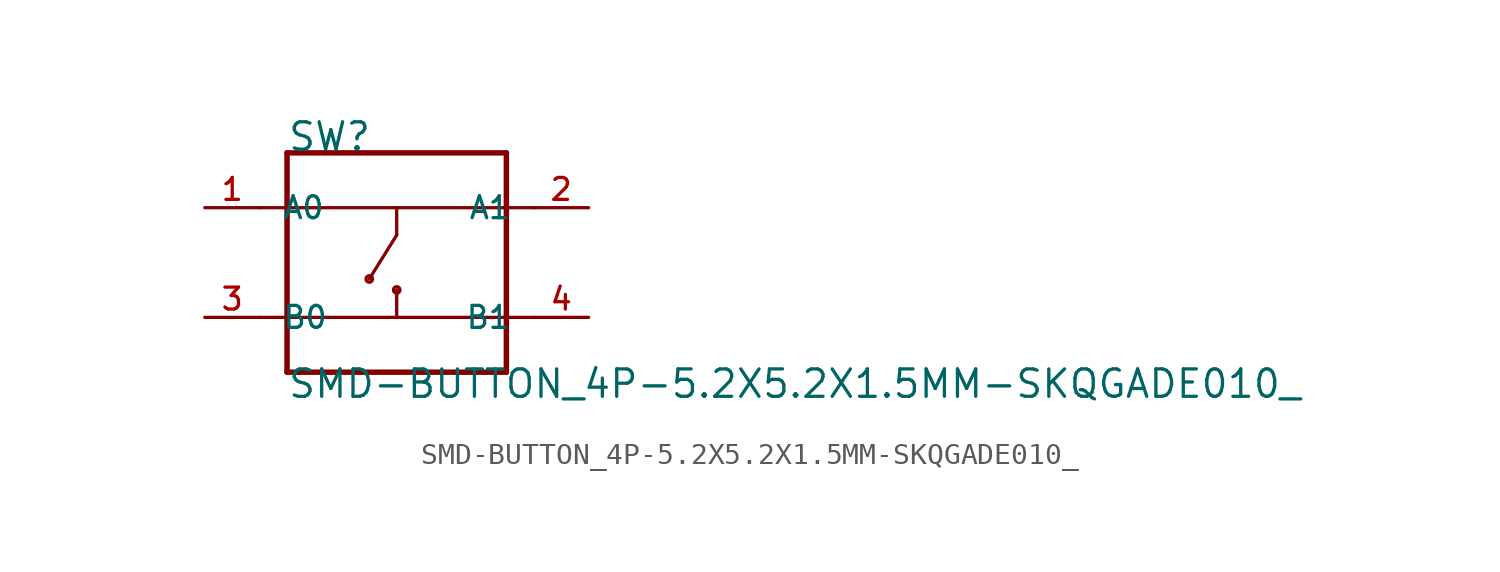
<source format=kicad_sym>
(kicad_symbol_lib
  (version 20231120)
  (generator "kicad_symbol_editor")
  (generator_version "8.0")
  (symbol "SMD-BUTTON_4P-5.2X5.2X1.5MM-SKQGADE010_"
    (pin_names
      (offset 1.016))
    (property "Reference" "SW"
      (at -5.086 5.086 0)
      (effects (font (size 1.27 1.27)) (justify left bottom)))
    (property "Value" "SMD-BUTTON_4P-5.2X5.2X1.5MM-SKQGADE010_"
      (at -5.088 -6.361 0)
      (effects (font (size 1.27 1.27)) (justify left bottom)))
    (symbol "SMD-BUTTON_4P-5.2X5.2X1.5MM-SKQGADE010__0_0"
      (circle (center -1.27 -0.762) (radius 0.152) (stroke (width 0) (type default)) (fill (type none)))
      (circle (center 0 -1.27) (radius 0.152) (stroke (width 0) (type default)) (fill (type none)))
      (polyline (pts (xy -6.35 -2.54) (xy -5.08 -2.54)) (stroke (width 0.152) (type default)) (fill (type none)))
      (polyline (pts (xy -6.35 2.54) (xy -5.08 2.54)) (stroke (width 0.152) (type default)) (fill (type none)))
      (polyline (pts (xy -5.08 -5.08) (xy -5.08 -2.54)) (stroke (width 0.254) (type default)) (fill (type none)))
      (polyline (pts (xy -5.08 -2.54) (xy -5.08 2.54)) (stroke (width 0.254) (type default)) (fill (type none)))
      (polyline (pts (xy -5.08 2.54) (xy -5.08 5.08)) (stroke (width 0.254) (type default)) (fill (type none)))
      (polyline (pts (xy -5.08 2.54) (xy 0 2.54)) (stroke (width 0.152) (type default)) (fill (type none)))
      (polyline (pts (xy -5.08 5.08) (xy 5.08 5.08)) (stroke (width 0.254) (type default)) (fill (type none)))
      (polyline (pts (xy 0 -2.54) (xy -5.08 -2.54)) (stroke (width 0.152) (type default)) (fill (type none)))
      (polyline (pts (xy 0 -2.54) (xy 5.08 -2.54)) (stroke (width 0.152) (type default)) (fill (type none)))
      (polyline (pts (xy 0 -1.27) (xy 0 -2.54)) (stroke (width 0.152) (type default)) (fill (type none)))
      (polyline (pts (xy 0 1.27) (xy -1.27 -0.762)) (stroke (width 0.152) (type default)) (fill (type none)))
      (polyline (pts (xy 0 2.54) (xy 0 1.27)) (stroke (width 0.152) (type default)) (fill (type none)))
      (polyline (pts (xy 0 2.54) (xy 5.08 2.54)) (stroke (width 0.152) (type default)) (fill (type none)))
      (polyline (pts (xy 5.08 -5.08) (xy -5.08 -5.08)) (stroke (width 0.254) (type default)) (fill (type none)))
      (polyline (pts (xy 5.08 -2.54) (xy 5.08 -5.08)) (stroke (width 0.254) (type default)) (fill (type none)))
      (polyline (pts (xy 5.08 2.54) (xy 5.08 -2.54)) (stroke (width 0.254) (type default)) (fill (type none)))
      (polyline (pts (xy 5.08 5.08) (xy 5.08 2.54)) (stroke (width 0.254) (type default)) (fill (type none)))
      (polyline (pts (xy 6.35 -2.54) (xy 5.08 -2.54)) (stroke (width 0.152) (type default)) (fill (type none)))
      (polyline (pts (xy 6.35 2.54) (xy 5.08 2.54)) (stroke (width 0.152) (type default)) (fill (type none)))
      (pin bidirectional line (at -8.89 2.54 0) (length 2.54) (name "A0" (effects (font (size 1.016 1.016)))) (number "1" (effects (font (size 1.016 1.016)))))
      (pin bidirectional line (at 8.89 2.54 180) (length 2.54) (name "A1" (effects (font (size 1.016 1.016)))) (number "2" (effects (font (size 1.016 1.016)))))
      (pin bidirectional line (at -8.89 -2.54 0) (length 2.54) (name "B0" (effects (font (size 1.016 1.016)))) (number "3" (effects (font (size 1.016 1.016)))))
      (pin bidirectional line (at 8.89 -2.54 180) (length 2.54) (name "B1" (effects (font (size 1.016 1.016)))) (number "4" (effects (font (size 1.016 1.016))))))))
</source>
